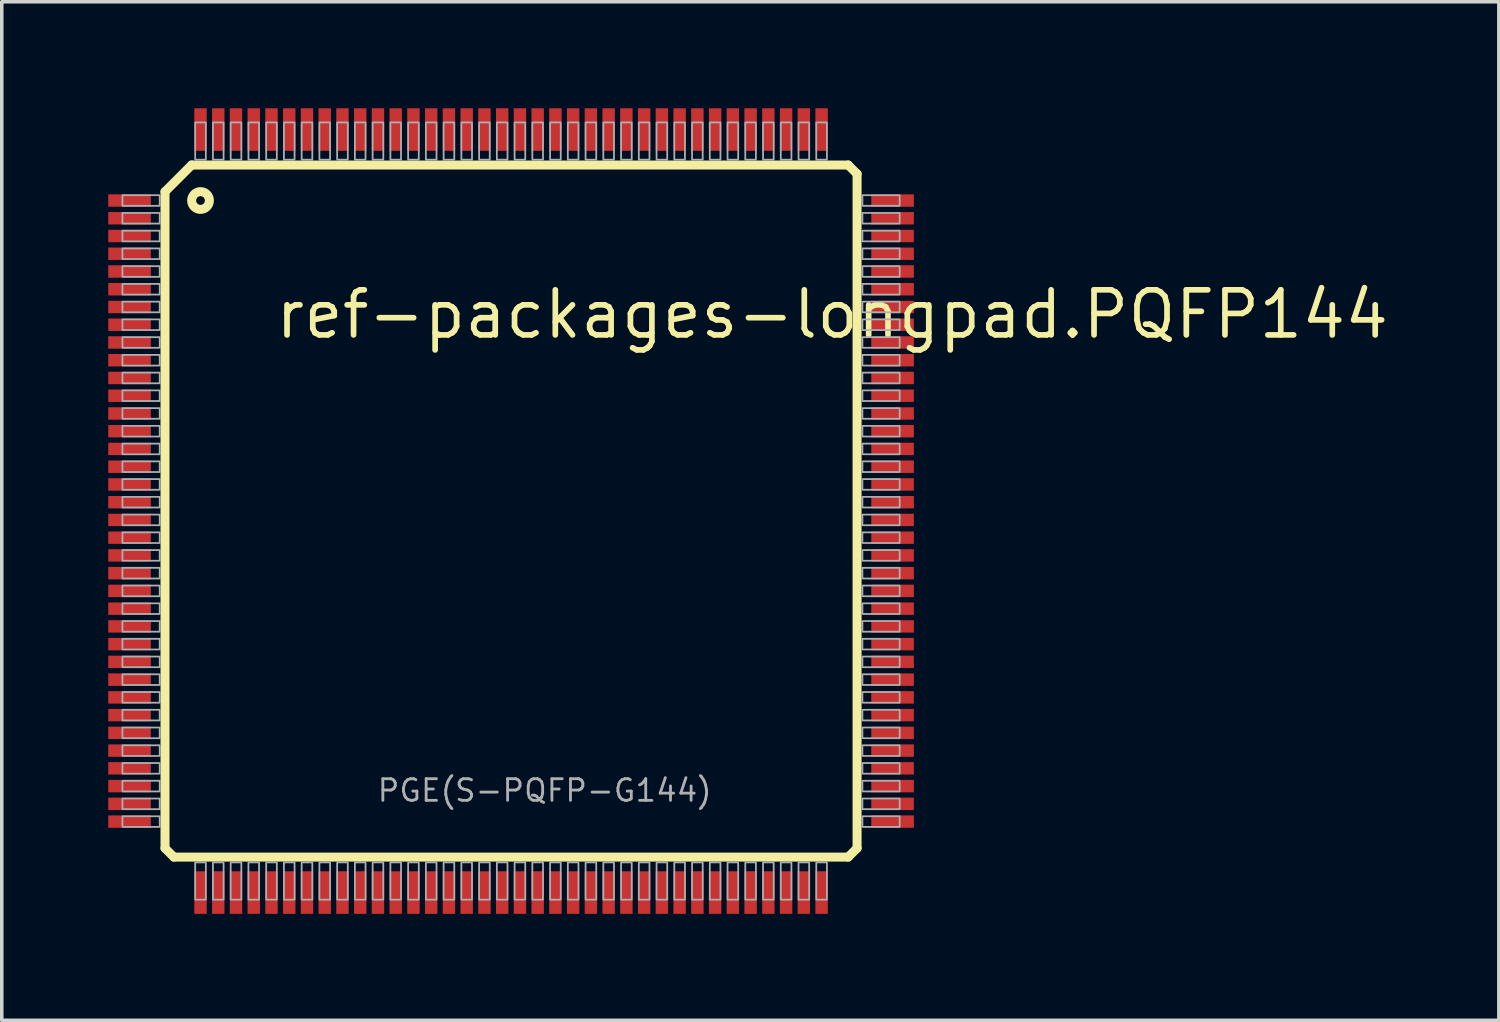
<source format=kicad_pcb>
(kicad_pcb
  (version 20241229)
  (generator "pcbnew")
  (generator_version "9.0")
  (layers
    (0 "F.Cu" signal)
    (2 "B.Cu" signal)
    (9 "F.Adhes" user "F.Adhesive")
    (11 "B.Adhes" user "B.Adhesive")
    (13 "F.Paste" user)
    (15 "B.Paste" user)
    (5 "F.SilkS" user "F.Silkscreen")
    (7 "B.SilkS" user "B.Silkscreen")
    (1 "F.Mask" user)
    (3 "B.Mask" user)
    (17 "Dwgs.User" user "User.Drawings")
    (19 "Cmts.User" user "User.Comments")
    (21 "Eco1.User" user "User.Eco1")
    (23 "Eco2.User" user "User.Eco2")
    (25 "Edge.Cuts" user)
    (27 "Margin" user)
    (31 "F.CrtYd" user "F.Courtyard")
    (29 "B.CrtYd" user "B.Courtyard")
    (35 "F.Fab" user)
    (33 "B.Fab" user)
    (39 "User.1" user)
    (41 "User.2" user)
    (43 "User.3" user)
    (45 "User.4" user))
  (footprint "ref-packages-longpad.PQFP144"
    (layer "F.Cu")
    (at 11.35 11.35)
    (property "Reference" "ref-packages-longpad.PQFP144" (at -6.72 -4.8 0) (layer "F.SilkS") (effects (font (size 1.27 1.27) (thickness 0.16)) (justify left bottom)))
    (attr smd)
    (fp_line (start -9.75 -9) (end -9 -9.75) (stroke (width 0.254) (type default)) (layer "F.SilkS"))
    (fp_line (start -9.75 9.5) (end -9.75 -9) (stroke (width 0.254) (type default)) (layer "F.SilkS"))
    (fp_line (start -9.5 9.75) (end -9.75 9.5) (stroke (width 0.254) (type default)) (layer "F.SilkS"))
    (fp_line (start -9 -9.75) (end 9.5 -9.75) (stroke (width 0.254) (type default)) (layer "F.SilkS"))
    (fp_line (start 9.5 -9.75) (end 9.75 -9.5) (stroke (width 0.254) (type default)) (layer "F.SilkS"))
    (fp_line (start 9.5 9.75) (end -9.5 9.75) (stroke (width 0.254) (type default)) (layer "F.SilkS"))
    (fp_line (start 9.75 -9.5) (end 9.75 9.5) (stroke (width 0.254) (type default)) (layer "F.SilkS"))
    (fp_line (start 9.75 9.5) (end 9.5 9.75) (stroke (width 0.254) (type default)) (layer "F.SilkS"))
    (fp_circle (center -8.75 -8.75) (end -8.5 -8.75) (stroke (width 0.254) (type default)) (fill no) (layer "F.SilkS"))
    (fp_rect (start -10.95 -8.6) (end -9.9 -8.9) (stroke (width 0.05) (type default)) (fill no) (layer "F.Fab"))
    (fp_rect (start -10.95 -8.1) (end -9.9 -8.4) (stroke (width 0.05) (type default)) (fill no) (layer "F.Fab"))
    (fp_rect (start -10.95 -7.6) (end -9.9 -7.9) (stroke (width 0.05) (type default)) (fill no) (layer "F.Fab"))
    (fp_rect (start -10.95 -7.1) (end -9.9 -7.4) (stroke (width 0.05) (type default)) (fill no) (layer "F.Fab"))
    (fp_rect (start -10.95 -6.6) (end -9.9 -6.9) (stroke (width 0.05) (type default)) (fill no) (layer "F.Fab"))
    (fp_rect (start -10.95 -6.1) (end -9.9 -6.4) (stroke (width 0.05) (type default)) (fill no) (layer "F.Fab"))
    (fp_rect (start -10.95 -5.6) (end -9.9 -5.9) (stroke (width 0.05) (type default)) (fill no) (layer "F.Fab"))
    (fp_rect (start -10.95 -5.1) (end -9.9 -5.4) (stroke (width 0.05) (type default)) (fill no) (layer "F.Fab"))
    (fp_rect (start -10.95 -4.6) (end -9.9 -4.9) (stroke (width 0.05) (type default)) (fill no) (layer "F.Fab"))
    (fp_rect (start -10.95 -4.1) (end -9.9 -4.4) (stroke (width 0.05) (type default)) (fill no) (layer "F.Fab"))
    (fp_rect (start -10.95 -3.6) (end -9.9 -3.9) (stroke (width 0.05) (type default)) (fill no) (layer "F.Fab"))
    (fp_rect (start -10.95 -3.1) (end -9.9 -3.4) (stroke (width 0.05) (type default)) (fill no) (layer "F.Fab"))
    (fp_rect (start -10.95 -2.6) (end -9.9 -2.9) (stroke (width 0.05) (type default)) (fill no) (layer "F.Fab"))
    (fp_rect (start -10.95 -2.1) (end -9.9 -2.4) (stroke (width 0.05) (type default)) (fill no) (layer "F.Fab"))
    (fp_rect (start -10.95 -1.6) (end -9.9 -1.9) (stroke (width 0.05) (type default)) (fill no) (layer "F.Fab"))
    (fp_rect (start -10.95 -1.1) (end -9.9 -1.4) (stroke (width 0.05) (type default)) (fill no) (layer "F.Fab"))
    (fp_rect (start -10.95 -0.6) (end -9.9 -0.9) (stroke (width 0.05) (type default)) (fill no) (layer "F.Fab"))
    (fp_rect (start -10.95 -0.1) (end -9.9 -0.4) (stroke (width 0.05) (type default)) (fill no) (layer "F.Fab"))
    (fp_rect (start -10.95 0.4) (end -9.9 0.1) (stroke (width 0.05) (type default)) (fill no) (layer "F.Fab"))
    (fp_rect (start -10.95 0.9) (end -9.9 0.6) (stroke (width 0.05) (type default)) (fill no) (layer "F.Fab"))
    (fp_rect (start -10.95 1.4) (end -9.9 1.1) (stroke (width 0.05) (type default)) (fill no) (layer "F.Fab"))
    (fp_rect (start -10.95 1.9) (end -9.9 1.6) (stroke (width 0.05) (type default)) (fill no) (layer "F.Fab"))
    (fp_rect (start -10.95 2.4) (end -9.9 2.1) (stroke (width 0.05) (type default)) (fill no) (layer "F.Fab"))
    (fp_rect (start -10.95 2.9) (end -9.9 2.6) (stroke (width 0.05) (type default)) (fill no) (layer "F.Fab"))
    (fp_rect (start -10.95 3.4) (end -9.9 3.1) (stroke (width 0.05) (type default)) (fill no) (layer "F.Fab"))
    (fp_rect (start -10.95 3.9) (end -9.9 3.6) (stroke (width 0.05) (type default)) (fill no) (layer "F.Fab"))
    (fp_rect (start -10.95 4.4) (end -9.9 4.1) (stroke (width 0.05) (type default)) (fill no) (layer "F.Fab"))
    (fp_rect (start -10.95 4.9) (end -9.9 4.6) (stroke (width 0.05) (type default)) (fill no) (layer "F.Fab"))
    (fp_rect (start -10.95 5.4) (end -9.9 5.1) (stroke (width 0.05) (type default)) (fill no) (layer "F.Fab"))
    (fp_rect (start -10.95 5.9) (end -9.9 5.6) (stroke (width 0.05) (type default)) (fill no) (layer "F.Fab"))
    (fp_rect (start -10.95 6.4) (end -9.9 6.1) (stroke (width 0.05) (type default)) (fill no) (layer "F.Fab"))
    (fp_rect (start -10.95 6.9) (end -9.9 6.6) (stroke (width 0.05) (type default)) (fill no) (layer "F.Fab"))
    (fp_rect (start -10.95 7.4) (end -9.9 7.1) (stroke (width 0.05) (type default)) (fill no) (layer "F.Fab"))
    (fp_rect (start -10.95 7.9) (end -9.9 7.6) (stroke (width 0.05) (type default)) (fill no) (layer "F.Fab"))
    (fp_rect (start -10.95 8.4) (end -9.9 8.1) (stroke (width 0.05) (type default)) (fill no) (layer "F.Fab"))
    (fp_rect (start -10.95 8.9) (end -9.9 8.6) (stroke (width 0.05) (type default)) (fill no) (layer "F.Fab"))
    (fp_rect (start -8.9 -9.9) (end -8.6 -10.95) (stroke (width 0.05) (type default)) (fill no) (layer "F.Fab"))
    (fp_rect (start -8.9 10.95) (end -8.6 9.9) (stroke (width 0.05) (type default)) (fill no) (layer "F.Fab"))
    (fp_rect (start -8.4 -9.9) (end -8.1 -10.95) (stroke (width 0.05) (type default)) (fill no) (layer "F.Fab"))
    (fp_rect (start -8.4 10.95) (end -8.1 9.9) (stroke (width 0.05) (type default)) (fill no) (layer "F.Fab"))
    (fp_rect (start -7.9 -9.9) (end -7.6 -10.95) (stroke (width 0.05) (type default)) (fill no) (layer "F.Fab"))
    (fp_rect (start -7.9 10.95) (end -7.6 9.9) (stroke (width 0.05) (type default)) (fill no) (layer "F.Fab"))
    (fp_rect (start -7.4 -9.9) (end -7.1 -10.95) (stroke (width 0.05) (type default)) (fill no) (layer "F.Fab"))
    (fp_rect (start -7.4 10.95) (end -7.1 9.9) (stroke (width 0.05) (type default)) (fill no) (layer "F.Fab"))
    (fp_rect (start -6.9 -9.9) (end -6.6 -10.95) (stroke (width 0.05) (type default)) (fill no) (layer "F.Fab"))
    (fp_rect (start -6.9 10.95) (end -6.6 9.9) (stroke (width 0.05) (type default)) (fill no) (layer "F.Fab"))
    (fp_rect (start -6.4 -9.9) (end -6.1 -10.95) (stroke (width 0.05) (type default)) (fill no) (layer "F.Fab"))
    (fp_rect (start -6.4 10.95) (end -6.1 9.9) (stroke (width 0.05) (type default)) (fill no) (layer "F.Fab"))
    (fp_rect (start -5.9 -9.9) (end -5.6 -10.95) (stroke (width 0.05) (type default)) (fill no) (layer "F.Fab"))
    (fp_rect (start -5.9 10.95) (end -5.6 9.9) (stroke (width 0.05) (type default)) (fill no) (layer "F.Fab"))
    (fp_rect (start -5.4 -9.9) (end -5.1 -10.95) (stroke (width 0.05) (type default)) (fill no) (layer "F.Fab"))
    (fp_rect (start -5.4 10.95) (end -5.1 9.9) (stroke (width 0.05) (type default)) (fill no) (layer "F.Fab"))
    (fp_rect (start -4.9 -9.9) (end -4.6 -10.95) (stroke (width 0.05) (type default)) (fill no) (layer "F.Fab"))
    (fp_rect (start -4.9 10.95) (end -4.6 9.9) (stroke (width 0.05) (type default)) (fill no) (layer "F.Fab"))
    (fp_rect (start -4.4 -9.9) (end -4.1 -10.95) (stroke (width 0.05) (type default)) (fill no) (layer "F.Fab"))
    (fp_rect (start -4.4 10.95) (end -4.1 9.9) (stroke (width 0.05) (type default)) (fill no) (layer "F.Fab"))
    (fp_rect (start -3.9 -9.9) (end -3.6 -10.95) (stroke (width 0.05) (type default)) (fill no) (layer "F.Fab"))
    (fp_rect (start -3.9 10.95) (end -3.6 9.9) (stroke (width 0.05) (type default)) (fill no) (layer "F.Fab"))
    (fp_rect (start -3.4 -9.9) (end -3.1 -10.95) (stroke (width 0.05) (type default)) (fill no) (layer "F.Fab"))
    (fp_rect (start -3.4 10.95) (end -3.1 9.9) (stroke (width 0.05) (type default)) (fill no) (layer "F.Fab"))
    (fp_rect (start -2.9 -9.9) (end -2.6 -10.95) (stroke (width 0.05) (type default)) (fill no) (layer "F.Fab"))
    (fp_rect (start -2.9 10.95) (end -2.6 9.9) (stroke (width 0.05) (type default)) (fill no) (layer "F.Fab"))
    (fp_rect (start -2.4 -9.9) (end -2.1 -10.95) (stroke (width 0.05) (type default)) (fill no) (layer "F.Fab"))
    (fp_rect (start -2.4 10.95) (end -2.1 9.9) (stroke (width 0.05) (type default)) (fill no) (layer "F.Fab"))
    (fp_rect (start -1.9 -9.9) (end -1.6 -10.95) (stroke (width 0.05) (type default)) (fill no) (layer "F.Fab"))
    (fp_rect (start -1.9 10.95) (end -1.6 9.9) (stroke (width 0.05) (type default)) (fill no) (layer "F.Fab"))
    (fp_rect (start -1.4 -9.9) (end -1.1 -10.95) (stroke (width 0.05) (type default)) (fill no) (layer "F.Fab"))
    (fp_rect (start -1.4 10.95) (end -1.1 9.9) (stroke (width 0.05) (type default)) (fill no) (layer "F.Fab"))
    (fp_rect (start -0.9 -9.9) (end -0.6 -10.95) (stroke (width 0.05) (type default)) (fill no) (layer "F.Fab"))
    (fp_rect (start -0.9 10.95) (end -0.6 9.9) (stroke (width 0.05) (type default)) (fill no) (layer "F.Fab"))
    (fp_rect (start -0.4 -9.9) (end -0.1 -10.95) (stroke (width 0.05) (type default)) (fill no) (layer "F.Fab"))
    (fp_rect (start -0.4 10.95) (end -0.1 9.9) (stroke (width 0.05) (type default)) (fill no) (layer "F.Fab"))
    (fp_rect (start 0.1 -9.9) (end 0.4 -10.95) (stroke (width 0.05) (type default)) (fill no) (layer "F.Fab"))
    (fp_rect (start 0.1 10.95) (end 0.4 9.9) (stroke (width 0.05) (type default)) (fill no) (layer "F.Fab"))
    (fp_rect (start 0.6 -9.9) (end 0.9 -10.95) (stroke (width 0.05) (type default)) (fill no) (layer "F.Fab"))
    (fp_rect (start 0.6 10.95) (end 0.9 9.9) (stroke (width 0.05) (type default)) (fill no) (layer "F.Fab"))
    (fp_rect (start 1.1 -9.9) (end 1.4 -10.95) (stroke (width 0.05) (type default)) (fill no) (layer "F.Fab"))
    (fp_rect (start 1.1 10.95) (end 1.4 9.9) (stroke (width 0.05) (type default)) (fill no) (layer "F.Fab"))
    (fp_rect (start 1.6 -9.9) (end 1.9 -10.95) (stroke (width 0.05) (type default)) (fill no) (layer "F.Fab"))
    (fp_rect (start 1.6 10.95) (end 1.9 9.9) (stroke (width 0.05) (type default)) (fill no) (layer "F.Fab"))
    (fp_rect (start 2.1 -9.9) (end 2.4 -10.95) (stroke (width 0.05) (type default)) (fill no) (layer "F.Fab"))
    (fp_rect (start 2.1 10.95) (end 2.4 9.9) (stroke (width 0.05) (type default)) (fill no) (layer "F.Fab"))
    (fp_rect (start 2.6 -9.9) (end 2.9 -10.95) (stroke (width 0.05) (type default)) (fill no) (layer "F.Fab"))
    (fp_rect (start 2.6 10.95) (end 2.9 9.9) (stroke (width 0.05) (type default)) (fill no) (layer "F.Fab"))
    (fp_rect (start 3.1 -9.9) (end 3.4 -10.95) (stroke (width 0.05) (type default)) (fill no) (layer "F.Fab"))
    (fp_rect (start 3.1 10.95) (end 3.4 9.9) (stroke (width 0.05) (type default)) (fill no) (layer "F.Fab"))
    (fp_rect (start 3.6 -9.9) (end 3.9 -10.95) (stroke (width 0.05) (type default)) (fill no) (layer "F.Fab"))
    (fp_rect (start 3.6 10.95) (end 3.9 9.9) (stroke (width 0.05) (type default)) (fill no) (layer "F.Fab"))
    (fp_rect (start 4.1 -9.9) (end 4.4 -10.95) (stroke (width 0.05) (type default)) (fill no) (layer "F.Fab"))
    (fp_rect (start 4.1 10.95) (end 4.4 9.9) (stroke (width 0.05) (type default)) (fill no) (layer "F.Fab"))
    (fp_rect (start 4.6 -9.9) (end 4.9 -10.95) (stroke (width 0.05) (type default)) (fill no) (layer "F.Fab"))
    (fp_rect (start 4.6 10.95) (end 4.9 9.9) (stroke (width 0.05) (type default)) (fill no) (layer "F.Fab"))
    (fp_rect (start 5.1 -9.9) (end 5.4 -10.95) (stroke (width 0.05) (type default)) (fill no) (layer "F.Fab"))
    (fp_rect (start 5.1 10.95) (end 5.4 9.9) (stroke (width 0.05) (type default)) (fill no) (layer "F.Fab"))
    (fp_rect (start 5.6 -9.9) (end 5.9 -10.95) (stroke (width 0.05) (type default)) (fill no) (layer "F.Fab"))
    (fp_rect (start 5.6 10.95) (end 5.9 9.9) (stroke (width 0.05) (type default)) (fill no) (layer "F.Fab"))
    (fp_rect (start 6.1 -9.9) (end 6.4 -10.95) (stroke (width 0.05) (type default)) (fill no) (layer "F.Fab"))
    (fp_rect (start 6.1 10.95) (end 6.4 9.9) (stroke (width 0.05) (type default)) (fill no) (layer "F.Fab"))
    (fp_rect (start 6.6 -9.9) (end 6.9 -10.95) (stroke (width 0.05) (type default)) (fill no) (layer "F.Fab"))
    (fp_rect (start 6.6 10.95) (end 6.9 9.9) (stroke (width 0.05) (type default)) (fill no) (layer "F.Fab"))
    (fp_rect (start 7.1 -9.9) (end 7.4 -10.95) (stroke (width 0.05) (type default)) (fill no) (layer "F.Fab"))
    (fp_rect (start 7.1 10.95) (end 7.4 9.9) (stroke (width 0.05) (type default)) (fill no) (layer "F.Fab"))
    (fp_rect (start 7.6 -9.9) (end 7.9 -10.95) (stroke (width 0.05) (type default)) (fill no) (layer "F.Fab"))
    (fp_rect (start 7.6 10.95) (end 7.9 9.9) (stroke (width 0.05) (type default)) (fill no) (layer "F.Fab"))
    (fp_rect (start 8.1 -9.9) (end 8.4 -10.95) (stroke (width 0.05) (type default)) (fill no) (layer "F.Fab"))
    (fp_rect (start 8.1 10.95) (end 8.4 9.9) (stroke (width 0.05) (type default)) (fill no) (layer "F.Fab"))
    (fp_rect (start 8.6 -9.9) (end 8.9 -10.95) (stroke (width 0.05) (type default)) (fill no) (layer "F.Fab"))
    (fp_rect (start 8.6 10.95) (end 8.9 9.9) (stroke (width 0.05) (type default)) (fill no) (layer "F.Fab"))
    (fp_rect (start 9.9 -8.6) (end 10.95 -8.9) (stroke (width 0.05) (type default)) (fill no) (layer "F.Fab"))
    (fp_rect (start 9.9 -8.1) (end 10.95 -8.4) (stroke (width 0.05) (type default)) (fill no) (layer "F.Fab"))
    (fp_rect (start 9.9 -7.6) (end 10.95 -7.9) (stroke (width 0.05) (type default)) (fill no) (layer "F.Fab"))
    (fp_rect (start 9.9 -7.1) (end 10.95 -7.4) (stroke (width 0.05) (type default)) (fill no) (layer "F.Fab"))
    (fp_rect (start 9.9 -6.6) (end 10.95 -6.9) (stroke (width 0.05) (type default)) (fill no) (layer "F.Fab"))
    (fp_rect (start 9.9 -6.1) (end 10.95 -6.4) (stroke (width 0.05) (type default)) (fill no) (layer "F.Fab"))
    (fp_rect (start 9.9 -5.6) (end 10.95 -5.9) (stroke (width 0.05) (type default)) (fill no) (layer "F.Fab"))
    (fp_rect (start 9.9 -5.1) (end 10.95 -5.4) (stroke (width 0.05) (type default)) (fill no) (layer "F.Fab"))
    (fp_rect (start 9.9 -4.6) (end 10.95 -4.9) (stroke (width 0.05) (type default)) (fill no) (layer "F.Fab"))
    (fp_rect (start 9.9 -4.1) (end 10.95 -4.4) (stroke (width 0.05) (type default)) (fill no) (layer "F.Fab"))
    (fp_rect (start 9.9 -3.6) (end 10.95 -3.9) (stroke (width 0.05) (type default)) (fill no) (layer "F.Fab"))
    (fp_rect (start 9.9 -3.1) (end 10.95 -3.4) (stroke (width 0.05) (type default)) (fill no) (layer "F.Fab"))
    (fp_rect (start 9.9 -2.6) (end 10.95 -2.9) (stroke (width 0.05) (type default)) (fill no) (layer "F.Fab"))
    (fp_rect (start 9.9 -2.1) (end 10.95 -2.4) (stroke (width 0.05) (type default)) (fill no) (layer "F.Fab"))
    (fp_rect (start 9.9 -1.6) (end 10.95 -1.9) (stroke (width 0.05) (type default)) (fill no) (layer "F.Fab"))
    (fp_rect (start 9.9 -1.1) (end 10.95 -1.4) (stroke (width 0.05) (type default)) (fill no) (layer "F.Fab"))
    (fp_rect (start 9.9 -0.6) (end 10.95 -0.9) (stroke (width 0.05) (type default)) (fill no) (layer "F.Fab"))
    (fp_rect (start 9.9 -0.1) (end 10.95 -0.4) (stroke (width 0.05) (type default)) (fill no) (layer "F.Fab"))
    (fp_rect (start 9.9 0.4) (end 10.95 0.1) (stroke (width 0.05) (type default)) (fill no) (layer "F.Fab"))
    (fp_rect (start 9.9 0.9) (end 10.95 0.6) (stroke (width 0.05) (type default)) (fill no) (layer "F.Fab"))
    (fp_rect (start 9.9 1.4) (end 10.95 1.1) (stroke (width 0.05) (type default)) (fill no) (layer "F.Fab"))
    (fp_rect (start 9.9 1.9) (end 10.95 1.6) (stroke (width 0.05) (type default)) (fill no) (layer "F.Fab"))
    (fp_rect (start 9.9 2.4) (end 10.95 2.1) (stroke (width 0.05) (type default)) (fill no) (layer "F.Fab"))
    (fp_rect (start 9.9 2.9) (end 10.95 2.6) (stroke (width 0.05) (type default)) (fill no) (layer "F.Fab"))
    (fp_rect (start 9.9 3.4) (end 10.95 3.1) (stroke (width 0.05) (type default)) (fill no) (layer "F.Fab"))
    (fp_rect (start 9.9 3.9) (end 10.95 3.6) (stroke (width 0.05) (type default)) (fill no) (layer "F.Fab"))
    (fp_rect (start 9.9 4.4) (end 10.95 4.1) (stroke (width 0.05) (type default)) (fill no) (layer "F.Fab"))
    (fp_rect (start 9.9 4.9) (end 10.95 4.6) (stroke (width 0.05) (type default)) (fill no) (layer "F.Fab"))
    (fp_rect (start 9.9 5.4) (end 10.95 5.1) (stroke (width 0.05) (type default)) (fill no) (layer "F.Fab"))
    (fp_rect (start 9.9 5.9) (end 10.95 5.6) (stroke (width 0.05) (type default)) (fill no) (layer "F.Fab"))
    (fp_rect (start 9.9 6.4) (end 10.95 6.1) (stroke (width 0.05) (type default)) (fill no) (layer "F.Fab"))
    (fp_rect (start 9.9 6.9) (end 10.95 6.6) (stroke (width 0.05) (type default)) (fill no) (layer "F.Fab"))
    (fp_rect (start 9.9 7.4) (end 10.95 7.1) (stroke (width 0.05) (type default)) (fill no) (layer "F.Fab"))
    (fp_rect (start 9.9 7.9) (end 10.95 7.6) (stroke (width 0.05) (type default)) (fill no) (layer "F.Fab"))
    (fp_rect (start 9.9 8.4) (end 10.95 8.1) (stroke (width 0.05) (type default)) (fill no) (layer "F.Fab"))
    (fp_rect (start 9.9 8.9) (end 10.95 8.6) (stroke (width 0.05) (type default)) (fill no) (layer "F.Fab"))
    (fp_text user "PGE(S-PQFP-G144)" (at -3.81 8.23 0) (layer "F.Fab") (effects (font (size 0.61 0.61) (thickness 0.08)) (justify left bottom)))
    (pad "1" smd roundrect (at -10.75 -8.75) (size 1.2 0.35) (layers "F.Cu" "F.Mask" "F.Paste") (roundrect_rratio 0.01))
    (pad "2" smd roundrect (at -10.75 -8.25) (size 1.2 0.35) (layers "F.Cu" "F.Mask" "F.Paste") (roundrect_rratio 0.01))
    (pad "3" smd roundrect (at -10.75 -7.75) (size 1.2 0.35) (layers "F.Cu" "F.Mask" "F.Paste") (roundrect_rratio 0.01))
    (pad "4" smd roundrect (at -10.75 -7.25) (size 1.2 0.35) (layers "F.Cu" "F.Mask" "F.Paste") (roundrect_rratio 0.01))
    (pad "5" smd roundrect (at -10.75 -6.75) (size 1.2 0.35) (layers "F.Cu" "F.Mask" "F.Paste") (roundrect_rratio 0.01))
    (pad "6" smd roundrect (at -10.75 -6.25) (size 1.2 0.35) (layers "F.Cu" "F.Mask" "F.Paste") (roundrect_rratio 0.01))
    (pad "7" smd roundrect (at -10.75 -5.75) (size 1.2 0.35) (layers "F.Cu" "F.Mask" "F.Paste") (roundrect_rratio 0.01))
    (pad "8" smd roundrect (at -10.75 -5.25) (size 1.2 0.35) (layers "F.Cu" "F.Mask" "F.Paste") (roundrect_rratio 0.01))
    (pad "9" smd roundrect (at -10.75 -4.75) (size 1.2 0.35) (layers "F.Cu" "F.Mask" "F.Paste") (roundrect_rratio 0.01))
    (pad "10" smd roundrect (at -10.75 -4.25) (size 1.2 0.35) (layers "F.Cu" "F.Mask" "F.Paste") (roundrect_rratio 0.01))
    (pad "11" smd roundrect (at -10.75 -3.75) (size 1.2 0.35) (layers "F.Cu" "F.Mask" "F.Paste") (roundrect_rratio 0.01))
    (pad "12" smd roundrect (at -10.75 -3.25) (size 1.2 0.35) (layers "F.Cu" "F.Mask" "F.Paste") (roundrect_rratio 0.01))
    (pad "13" smd roundrect (at -10.75 -2.75) (size 1.2 0.35) (layers "F.Cu" "F.Mask" "F.Paste") (roundrect_rratio 0.01))
    (pad "14" smd roundrect (at -10.75 -2.25) (size 1.2 0.35) (layers "F.Cu" "F.Mask" "F.Paste") (roundrect_rratio 0.01))
    (pad "15" smd roundrect (at -10.75 -1.75) (size 1.2 0.35) (layers "F.Cu" "F.Mask" "F.Paste") (roundrect_rratio 0.01))
    (pad "16" smd roundrect (at -10.75 -1.25) (size 1.2 0.35) (layers "F.Cu" "F.Mask" "F.Paste") (roundrect_rratio 0.01))
    (pad "17" smd roundrect (at -10.75 -0.75) (size 1.2 0.35) (layers "F.Cu" "F.Mask" "F.Paste") (roundrect_rratio 0.01))
    (pad "18" smd roundrect (at -10.75 -0.25) (size 1.2 0.35) (layers "F.Cu" "F.Mask" "F.Paste") (roundrect_rratio 0.01))
    (pad "19" smd roundrect (at -10.75 0.25) (size 1.2 0.35) (layers "F.Cu" "F.Mask" "F.Paste") (roundrect_rratio 0.01))
    (pad "20" smd roundrect (at -10.75 0.75) (size 1.2 0.35) (layers "F.Cu" "F.Mask" "F.Paste") (roundrect_rratio 0.01))
    (pad "21" smd roundrect (at -10.75 1.25) (size 1.2 0.35) (layers "F.Cu" "F.Mask" "F.Paste") (roundrect_rratio 0.01))
    (pad "22" smd roundrect (at -10.75 1.75) (size 1.2 0.35) (layers "F.Cu" "F.Mask" "F.Paste") (roundrect_rratio 0.01))
    (pad "23" smd roundrect (at -10.75 2.25) (size 1.2 0.35) (layers "F.Cu" "F.Mask" "F.Paste") (roundrect_rratio 0.01))
    (pad "24" smd roundrect (at -10.75 2.75) (size 1.2 0.35) (layers "F.Cu" "F.Mask" "F.Paste") (roundrect_rratio 0.01))
    (pad "25" smd roundrect (at -10.75 3.25) (size 1.2 0.35) (layers "F.Cu" "F.Mask" "F.Paste") (roundrect_rratio 0.01))
    (pad "26" smd roundrect (at -10.75 3.75) (size 1.2 0.35) (layers "F.Cu" "F.Mask" "F.Paste") (roundrect_rratio 0.01))
    (pad "27" smd roundrect (at -10.75 4.25) (size 1.2 0.35) (layers "F.Cu" "F.Mask" "F.Paste") (roundrect_rratio 0.01))
    (pad "28" smd roundrect (at -10.75 4.75) (size 1.2 0.35) (layers "F.Cu" "F.Mask" "F.Paste") (roundrect_rratio 0.01))
    (pad "29" smd roundrect (at -10.75 5.25) (size 1.2 0.35) (layers "F.Cu" "F.Mask" "F.Paste") (roundrect_rratio 0.01))
    (pad "30" smd roundrect (at -10.75 5.75) (size 1.2 0.35) (layers "F.Cu" "F.Mask" "F.Paste") (roundrect_rratio 0.01))
    (pad "31" smd roundrect (at -10.75 6.25) (size 1.2 0.35) (layers "F.Cu" "F.Mask" "F.Paste") (roundrect_rratio 0.01))
    (pad "32" smd roundrect (at -10.75 6.75) (size 1.2 0.35) (layers "F.Cu" "F.Mask" "F.Paste") (roundrect_rratio 0.01))
    (pad "33" smd roundrect (at -10.75 7.25) (size 1.2 0.35) (layers "F.Cu" "F.Mask" "F.Paste") (roundrect_rratio 0.01))
    (pad "34" smd roundrect (at -10.75 7.75) (size 1.2 0.35) (layers "F.Cu" "F.Mask" "F.Paste") (roundrect_rratio 0.01))
    (pad "35" smd roundrect (at -10.75 8.25) (size 1.2 0.35) (layers "F.Cu" "F.Mask" "F.Paste") (roundrect_rratio 0.01))
    (pad "36" smd roundrect (at -10.75 8.75) (size 1.2 0.35) (layers "F.Cu" "F.Mask" "F.Paste") (roundrect_rratio 0.01))
    (pad "37" smd roundrect (at -8.75 10.75) (size 0.35 1.2) (layers "F.Cu" "F.Mask" "F.Paste") (roundrect_rratio 0.01))
    (pad "38" smd roundrect (at -8.25 10.75) (size 0.35 1.2) (layers "F.Cu" "F.Mask" "F.Paste") (roundrect_rratio 0.01))
    (pad "39" smd roundrect (at -7.75 10.75) (size 0.35 1.2) (layers "F.Cu" "F.Mask" "F.Paste") (roundrect_rratio 0.01))
    (pad "40" smd roundrect (at -7.25 10.75) (size 0.35 1.2) (layers "F.Cu" "F.Mask" "F.Paste") (roundrect_rratio 0.01))
    (pad "41" smd roundrect (at -6.75 10.75) (size 0.35 1.2) (layers "F.Cu" "F.Mask" "F.Paste") (roundrect_rratio 0.01))
    (pad "42" smd roundrect (at -6.25 10.75) (size 0.35 1.2) (layers "F.Cu" "F.Mask" "F.Paste") (roundrect_rratio 0.01))
    (pad "43" smd roundrect (at -5.75 10.75) (size 0.35 1.2) (layers "F.Cu" "F.Mask" "F.Paste") (roundrect_rratio 0.01))
    (pad "44" smd roundrect (at -5.25 10.75) (size 0.35 1.2) (layers "F.Cu" "F.Mask" "F.Paste") (roundrect_rratio 0.01))
    (pad "45" smd roundrect (at -4.75 10.75) (size 0.35 1.2) (layers "F.Cu" "F.Mask" "F.Paste") (roundrect_rratio 0.01))
    (pad "46" smd roundrect (at -4.25 10.75) (size 0.35 1.2) (layers "F.Cu" "F.Mask" "F.Paste") (roundrect_rratio 0.01))
    (pad "47" smd roundrect (at -3.75 10.75) (size 0.35 1.2) (layers "F.Cu" "F.Mask" "F.Paste") (roundrect_rratio 0.01))
    (pad "48" smd roundrect (at -3.25 10.75) (size 0.35 1.2) (layers "F.Cu" "F.Mask" "F.Paste") (roundrect_rratio 0.01))
    (pad "49" smd roundrect (at -2.75 10.75) (size 0.35 1.2) (layers "F.Cu" "F.Mask" "F.Paste") (roundrect_rratio 0.01))
    (pad "50" smd roundrect (at -2.25 10.75) (size 0.35 1.2) (layers "F.Cu" "F.Mask" "F.Paste") (roundrect_rratio 0.01))
    (pad "51" smd roundrect (at -1.75 10.75) (size 0.35 1.2) (layers "F.Cu" "F.Mask" "F.Paste") (roundrect_rratio 0.01))
    (pad "52" smd roundrect (at -1.25 10.75) (size 0.35 1.2) (layers "F.Cu" "F.Mask" "F.Paste") (roundrect_rratio 0.01))
    (pad "53" smd roundrect (at -0.75 10.75) (size 0.35 1.2) (layers "F.Cu" "F.Mask" "F.Paste") (roundrect_rratio 0.01))
    (pad "54" smd roundrect (at -0.25 10.75) (size 0.35 1.2) (layers "F.Cu" "F.Mask" "F.Paste") (roundrect_rratio 0.01))
    (pad "55" smd roundrect (at 0.25 10.75) (size 0.35 1.2) (layers "F.Cu" "F.Mask" "F.Paste") (roundrect_rratio 0.01))
    (pad "56" smd roundrect (at 0.75 10.75) (size 0.35 1.2) (layers "F.Cu" "F.Mask" "F.Paste") (roundrect_rratio 0.01))
    (pad "57" smd roundrect (at 1.25 10.75) (size 0.35 1.2) (layers "F.Cu" "F.Mask" "F.Paste") (roundrect_rratio 0.01))
    (pad "58" smd roundrect (at 1.75 10.75) (size 0.35 1.2) (layers "F.Cu" "F.Mask" "F.Paste") (roundrect_rratio 0.01))
    (pad "59" smd roundrect (at 2.25 10.75) (size 0.35 1.2) (layers "F.Cu" "F.Mask" "F.Paste") (roundrect_rratio 0.01))
    (pad "60" smd roundrect (at 2.75 10.75) (size 0.35 1.2) (layers "F.Cu" "F.Mask" "F.Paste") (roundrect_rratio 0.01))
    (pad "61" smd roundrect (at 3.25 10.75) (size 0.35 1.2) (layers "F.Cu" "F.Mask" "F.Paste") (roundrect_rratio 0.01))
    (pad "62" smd roundrect (at 3.75 10.75) (size 0.35 1.2) (layers "F.Cu" "F.Mask" "F.Paste") (roundrect_rratio 0.01))
    (pad "63" smd roundrect (at 4.25 10.75) (size 0.35 1.2) (layers "F.Cu" "F.Mask" "F.Paste") (roundrect_rratio 0.01))
    (pad "64" smd roundrect (at 4.75 10.75) (size 0.35 1.2) (layers "F.Cu" "F.Mask" "F.Paste") (roundrect_rratio 0.01))
    (pad "65" smd roundrect (at 5.25 10.75) (size 0.35 1.2) (layers "F.Cu" "F.Mask" "F.Paste") (roundrect_rratio 0.01))
    (pad "66" smd roundrect (at 5.75 10.75) (size 0.35 1.2) (layers "F.Cu" "F.Mask" "F.Paste") (roundrect_rratio 0.01))
    (pad "67" smd roundrect (at 6.25 10.75) (size 0.35 1.2) (layers "F.Cu" "F.Mask" "F.Paste") (roundrect_rratio 0.01))
    (pad "68" smd roundrect (at 6.75 10.75) (size 0.35 1.2) (layers "F.Cu" "F.Mask" "F.Paste") (roundrect_rratio 0.01))
    (pad "69" smd roundrect (at 7.25 10.75) (size 0.35 1.2) (layers "F.Cu" "F.Mask" "F.Paste") (roundrect_rratio 0.01))
    (pad "70" smd roundrect (at 7.75 10.75) (size 0.35 1.2) (layers "F.Cu" "F.Mask" "F.Paste") (roundrect_rratio 0.01))
    (pad "71" smd roundrect (at 8.25 10.75) (size 0.35 1.2) (layers "F.Cu" "F.Mask" "F.Paste") (roundrect_rratio 0.01))
    (pad "72" smd roundrect (at 8.75 10.75) (size 0.35 1.2) (layers "F.Cu" "F.Mask" "F.Paste") (roundrect_rratio 0.01))
    (pad "73" smd roundrect (at 10.75 8.75) (size 1.2 0.35) (layers "F.Cu" "F.Mask" "F.Paste") (roundrect_rratio 0.01))
    (pad "74" smd roundrect (at 10.75 8.25) (size 1.2 0.35) (layers "F.Cu" "F.Mask" "F.Paste") (roundrect_rratio 0.01))
    (pad "75" smd roundrect (at 10.75 7.75) (size 1.2 0.35) (layers "F.Cu" "F.Mask" "F.Paste") (roundrect_rratio 0.01))
    (pad "76" smd roundrect (at 10.75 7.25) (size 1.2 0.35) (layers "F.Cu" "F.Mask" "F.Paste") (roundrect_rratio 0.01))
    (pad "77" smd roundrect (at 10.75 6.75) (size 1.2 0.35) (layers "F.Cu" "F.Mask" "F.Paste") (roundrect_rratio 0.01))
    (pad "78" smd roundrect (at 10.75 6.25) (size 1.2 0.35) (layers "F.Cu" "F.Mask" "F.Paste") (roundrect_rratio 0.01))
    (pad "79" smd roundrect (at 10.75 5.75) (size 1.2 0.35) (layers "F.Cu" "F.Mask" "F.Paste") (roundrect_rratio 0.01))
    (pad "80" smd roundrect (at 10.75 5.25) (size 1.2 0.35) (layers "F.Cu" "F.Mask" "F.Paste") (roundrect_rratio 0.01))
    (pad "81" smd roundrect (at 10.75 4.75) (size 1.2 0.35) (layers "F.Cu" "F.Mask" "F.Paste") (roundrect_rratio 0.01))
    (pad "82" smd roundrect (at 10.75 4.25) (size 1.2 0.35) (layers "F.Cu" "F.Mask" "F.Paste") (roundrect_rratio 0.01))
    (pad "83" smd roundrect (at 10.75 3.75) (size 1.2 0.35) (layers "F.Cu" "F.Mask" "F.Paste") (roundrect_rratio 0.01))
    (pad "84" smd roundrect (at 10.75 3.25) (size 1.2 0.35) (layers "F.Cu" "F.Mask" "F.Paste") (roundrect_rratio 0.01))
    (pad "85" smd roundrect (at 10.75 2.75) (size 1.2 0.35) (layers "F.Cu" "F.Mask" "F.Paste") (roundrect_rratio 0.01))
    (pad "86" smd roundrect (at 10.75 2.25) (size 1.2 0.35) (layers "F.Cu" "F.Mask" "F.Paste") (roundrect_rratio 0.01))
    (pad "87" smd roundrect (at 10.75 1.75) (size 1.2 0.35) (layers "F.Cu" "F.Mask" "F.Paste") (roundrect_rratio 0.01))
    (pad "88" smd roundrect (at 10.75 1.25) (size 1.2 0.35) (layers "F.Cu" "F.Mask" "F.Paste") (roundrect_rratio 0.01))
    (pad "89" smd roundrect (at 10.75 0.75) (size 1.2 0.35) (layers "F.Cu" "F.Mask" "F.Paste") (roundrect_rratio 0.01))
    (pad "90" smd roundrect (at 10.75 0.25) (size 1.2 0.35) (layers "F.Cu" "F.Mask" "F.Paste") (roundrect_rratio 0.01))
    (pad "91" smd roundrect (at 10.75 -0.25) (size 1.2 0.35) (layers "F.Cu" "F.Mask" "F.Paste") (roundrect_rratio 0.01))
    (pad "92" smd roundrect (at 10.75 -0.75) (size 1.2 0.35) (layers "F.Cu" "F.Mask" "F.Paste") (roundrect_rratio 0.01))
    (pad "93" smd roundrect (at 10.75 -1.25) (size 1.2 0.35) (layers "F.Cu" "F.Mask" "F.Paste") (roundrect_rratio 0.01))
    (pad "94" smd roundrect (at 10.75 -1.75) (size 1.2 0.35) (layers "F.Cu" "F.Mask" "F.Paste") (roundrect_rratio 0.01))
    (pad "95" smd roundrect (at 10.75 -2.25) (size 1.2 0.35) (layers "F.Cu" "F.Mask" "F.Paste") (roundrect_rratio 0.01))
    (pad "96" smd roundrect (at 10.75 -2.75) (size 1.2 0.35) (layers "F.Cu" "F.Mask" "F.Paste") (roundrect_rratio 0.01))
    (pad "97" smd roundrect (at 10.75 -3.25) (size 1.2 0.35) (layers "F.Cu" "F.Mask" "F.Paste") (roundrect_rratio 0.01))
    (pad "98" smd roundrect (at 10.75 -3.75) (size 1.2 0.35) (layers "F.Cu" "F.Mask" "F.Paste") (roundrect_rratio 0.01))
    (pad "99" smd roundrect (at 10.75 -4.25) (size 1.2 0.35) (layers "F.Cu" "F.Mask" "F.Paste") (roundrect_rratio 0.01))
    (pad "100" smd roundrect (at 10.75 -4.75) (size 1.2 0.35) (layers "F.Cu" "F.Mask" "F.Paste") (roundrect_rratio 0.01))
    (pad "101" smd roundrect (at 10.75 -5.25) (size 1.2 0.35) (layers "F.Cu" "F.Mask" "F.Paste") (roundrect_rratio 0.01))
    (pad "102" smd roundrect (at 10.75 -5.75) (size 1.2 0.35) (layers "F.Cu" "F.Mask" "F.Paste") (roundrect_rratio 0.01))
    (pad "103" smd roundrect (at 10.75 -6.25) (size 1.2 0.35) (layers "F.Cu" "F.Mask" "F.Paste") (roundrect_rratio 0.01))
    (pad "104" smd roundrect (at 10.75 -6.75) (size 1.2 0.35) (layers "F.Cu" "F.Mask" "F.Paste") (roundrect_rratio 0.01))
    (pad "105" smd roundrect (at 10.75 -7.25) (size 1.2 0.35) (layers "F.Cu" "F.Mask" "F.Paste") (roundrect_rratio 0.01))
    (pad "106" smd roundrect (at 10.75 -7.75) (size 1.2 0.35) (layers "F.Cu" "F.Mask" "F.Paste") (roundrect_rratio 0.01))
    (pad "107" smd roundrect (at 10.75 -8.25) (size 1.2 0.35) (layers "F.Cu" "F.Mask" "F.Paste") (roundrect_rratio 0.01))
    (pad "108" smd roundrect (at 10.75 -8.75) (size 1.2 0.35) (layers "F.Cu" "F.Mask" "F.Paste") (roundrect_rratio 0.01))
    (pad "109" smd roundrect (at 8.75 -10.75) (size 0.35 1.2) (layers "F.Cu" "F.Mask" "F.Paste") (roundrect_rratio 0.01))
    (pad "110" smd roundrect (at 8.25 -10.75) (size 0.35 1.2) (layers "F.Cu" "F.Mask" "F.Paste") (roundrect_rratio 0.01))
    (pad "111" smd roundrect (at 7.75 -10.75) (size 0.35 1.2) (layers "F.Cu" "F.Mask" "F.Paste") (roundrect_rratio 0.01))
    (pad "112" smd roundrect (at 7.25 -10.75) (size 0.35 1.2) (layers "F.Cu" "F.Mask" "F.Paste") (roundrect_rratio 0.01))
    (pad "113" smd roundrect (at 6.75 -10.75) (size 0.35 1.2) (layers "F.Cu" "F.Mask" "F.Paste") (roundrect_rratio 0.01))
    (pad "114" smd roundrect (at 6.25 -10.75) (size 0.35 1.2) (layers "F.Cu" "F.Mask" "F.Paste") (roundrect_rratio 0.01))
    (pad "115" smd roundrect (at 5.75 -10.75) (size 0.35 1.2) (layers "F.Cu" "F.Mask" "F.Paste") (roundrect_rratio 0.01))
    (pad "116" smd roundrect (at 5.25 -10.75) (size 0.35 1.2) (layers "F.Cu" "F.Mask" "F.Paste") (roundrect_rratio 0.01))
    (pad "117" smd roundrect (at 4.75 -10.75) (size 0.35 1.2) (layers "F.Cu" "F.Mask" "F.Paste") (roundrect_rratio 0.01))
    (pad "118" smd roundrect (at 4.25 -10.75) (size 0.35 1.2) (layers "F.Cu" "F.Mask" "F.Paste") (roundrect_rratio 0.01))
    (pad "119" smd roundrect (at 3.75 -10.75) (size 0.35 1.2) (layers "F.Cu" "F.Mask" "F.Paste") (roundrect_rratio 0.01))
    (pad "120" smd roundrect (at 3.25 -10.75) (size 0.35 1.2) (layers "F.Cu" "F.Mask" "F.Paste") (roundrect_rratio 0.01))
    (pad "121" smd roundrect (at 2.75 -10.75) (size 0.35 1.2) (layers "F.Cu" "F.Mask" "F.Paste") (roundrect_rratio 0.01))
    (pad "122" smd roundrect (at 2.25 -10.75) (size 0.35 1.2) (layers "F.Cu" "F.Mask" "F.Paste") (roundrect_rratio 0.01))
    (pad "123" smd roundrect (at 1.75 -10.75) (size 0.35 1.2) (layers "F.Cu" "F.Mask" "F.Paste") (roundrect_rratio 0.01))
    (pad "124" smd roundrect (at 1.25 -10.75) (size 0.35 1.2) (layers "F.Cu" "F.Mask" "F.Paste") (roundrect_rratio 0.01))
    (pad "125" smd roundrect (at 0.75 -10.75) (size 0.35 1.2) (layers "F.Cu" "F.Mask" "F.Paste") (roundrect_rratio 0.01))
    (pad "126" smd roundrect (at 0.25 -10.75) (size 0.35 1.2) (layers "F.Cu" "F.Mask" "F.Paste") (roundrect_rratio 0.01))
    (pad "127" smd roundrect (at -0.25 -10.75) (size 0.35 1.2) (layers "F.Cu" "F.Mask" "F.Paste") (roundrect_rratio 0.01))
    (pad "128" smd roundrect (at -0.75 -10.75) (size 0.35 1.2) (layers "F.Cu" "F.Mask" "F.Paste") (roundrect_rratio 0.01))
    (pad "129" smd roundrect (at -1.25 -10.75) (size 0.35 1.2) (layers "F.Cu" "F.Mask" "F.Paste") (roundrect_rratio 0.01))
    (pad "130" smd roundrect (at -1.75 -10.75) (size 0.35 1.2) (layers "F.Cu" "F.Mask" "F.Paste") (roundrect_rratio 0.01))
    (pad "131" smd roundrect (at -2.25 -10.75) (size 0.35 1.2) (layers "F.Cu" "F.Mask" "F.Paste") (roundrect_rratio 0.01))
    (pad "132" smd roundrect (at -2.75 -10.75) (size 0.35 1.2) (layers "F.Cu" "F.Mask" "F.Paste") (roundrect_rratio 0.01))
    (pad "133" smd roundrect (at -3.25 -10.75) (size 0.35 1.2) (layers "F.Cu" "F.Mask" "F.Paste") (roundrect_rratio 0.01))
    (pad "134" smd roundrect (at -3.75 -10.75) (size 0.35 1.2) (layers "F.Cu" "F.Mask" "F.Paste") (roundrect_rratio 0.01))
    (pad "135" smd roundrect (at -4.25 -10.75) (size 0.35 1.2) (layers "F.Cu" "F.Mask" "F.Paste") (roundrect_rratio 0.01))
    (pad "136" smd roundrect (at -4.75 -10.75) (size 0.35 1.2) (layers "F.Cu" "F.Mask" "F.Paste") (roundrect_rratio 0.01))
    (pad "137" smd roundrect (at -5.25 -10.75) (size 0.35 1.2) (layers "F.Cu" "F.Mask" "F.Paste") (roundrect_rratio 0.01))
    (pad "138" smd roundrect (at -5.75 -10.75) (size 0.35 1.2) (layers "F.Cu" "F.Mask" "F.Paste") (roundrect_rratio 0.01))
    (pad "139" smd roundrect (at -6.25 -10.75) (size 0.35 1.2) (layers "F.Cu" "F.Mask" "F.Paste") (roundrect_rratio 0.01))
    (pad "140" smd roundrect (at -6.75 -10.75) (size 0.35 1.2) (layers "F.Cu" "F.Mask" "F.Paste") (roundrect_rratio 0.01))
    (pad "141" smd roundrect (at -7.25 -10.75) (size 0.35 1.2) (layers "F.Cu" "F.Mask" "F.Paste") (roundrect_rratio 0.01))
    (pad "142" smd roundrect (at -7.75 -10.75) (size 0.35 1.2) (layers "F.Cu" "F.Mask" "F.Paste") (roundrect_rratio 0.01))
    (pad "143" smd roundrect (at -8.25 -10.75) (size 0.35 1.2) (layers "F.Cu" "F.Mask" "F.Paste") (roundrect_rratio 0.01))
    (pad "144" smd roundrect (at -8.75 -10.75) (size 0.35 1.2) (layers "F.Cu" "F.Mask" "F.Paste") (roundrect_rratio 0.01)))
  (gr_rect
    (start -3 -3)
    (end 39.183 25.7)
    (stroke (width 0.1) (type default))
    (fill no)
    (layer "Edge.Cuts")))
</source>
